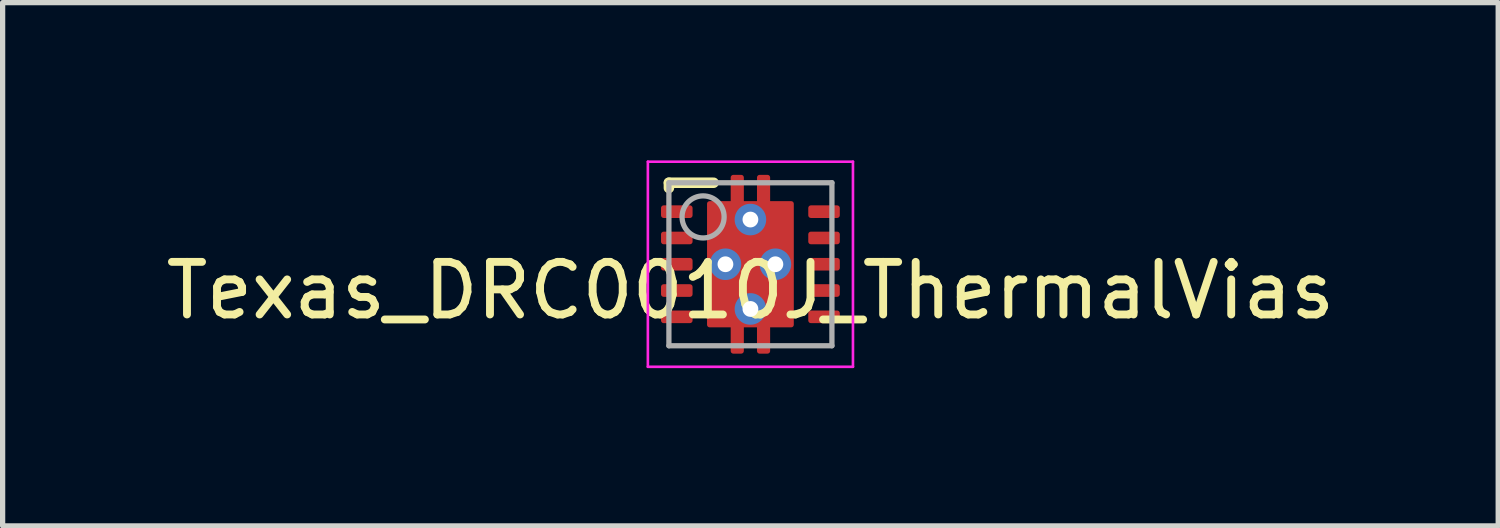
<source format=kicad_pcb>
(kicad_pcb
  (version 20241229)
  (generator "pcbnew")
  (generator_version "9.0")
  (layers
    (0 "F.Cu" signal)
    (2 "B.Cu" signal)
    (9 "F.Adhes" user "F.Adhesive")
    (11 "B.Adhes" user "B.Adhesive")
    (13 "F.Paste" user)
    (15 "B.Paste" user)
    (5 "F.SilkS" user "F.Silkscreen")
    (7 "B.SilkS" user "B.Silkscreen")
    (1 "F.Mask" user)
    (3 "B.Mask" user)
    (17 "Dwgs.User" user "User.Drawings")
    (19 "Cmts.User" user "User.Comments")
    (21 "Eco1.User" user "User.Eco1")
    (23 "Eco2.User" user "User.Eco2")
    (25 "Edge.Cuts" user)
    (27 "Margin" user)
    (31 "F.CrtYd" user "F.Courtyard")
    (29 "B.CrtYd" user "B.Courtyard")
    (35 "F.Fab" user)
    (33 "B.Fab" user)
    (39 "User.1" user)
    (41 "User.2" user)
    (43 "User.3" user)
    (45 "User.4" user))
  (footprint "Texas_DRC0010J_ThermalVias"
    (layer "F.Cu")
    (at 11.22 1.975)
    (property "Reference" "Texas_DRC0010J_ThermalVias" (at 0 0.5 0) (layer "F.SilkS") (effects (font (size 1 1) (thickness 0.15))))
    (attr smd)
    (fp_line (start -1.55 -1.55) (end -1.55 -1.45) (stroke (width 0.2) (type solid)) (layer "F.SilkS"))
    (fp_line (start -0.7 -1.55) (end -1.55 -1.55) (stroke (width 0.2) (type solid)) (layer "F.SilkS"))
    (fp_line (start -1.95 -1.95) (end -1.95 1.95) (stroke (width 0.05) (type solid)) (layer "F.CrtYd"))
    (fp_line (start -1.95 1.95) (end 1.95 1.95) (stroke (width 0.05) (type solid)) (layer "F.CrtYd"))
    (fp_line (start 1.95 -1.95) (end -1.95 -1.95) (stroke (width 0.05) (type solid)) (layer "F.CrtYd"))
    (fp_line (start 1.95 1.95) (end 1.95 -1.95) (stroke (width 0.05) (type solid)) (layer "F.CrtYd"))
    (fp_line (start -1.55 -1.55) (end 1.55 -1.55) (stroke (width 0.1) (type solid)) (layer "F.Fab"))
    (fp_line (start -1.55 1.55) (end -1.55 -1.55) (stroke (width 0.1) (type solid)) (layer "F.Fab"))
    (fp_line (start 1.55 -1.55) (end 1.55 1.55) (stroke (width 0.1) (type solid)) (layer "F.Fab"))
    (fp_line (start 1.55 1.55) (end -1.55 1.55) (stroke (width 0.1) (type solid)) (layer "F.Fab"))
    (fp_circle (center -0.9 -0.9) (end -0.5 -0.9) (stroke (width 0.1) (type solid)) (fill no) (layer "F.Fab"))
    (pad "" smd roundrect (at -0.25 -1.53) (size 0.25 0.34) (layers "F.Paste") (roundrect_rratio 0.2))
    (pad "" smd roundrect (at -0.25 1.53) (size 0.25 0.34) (layers "F.Paste") (roundrect_rratio 0.2))
    (pad "" smd roundrect (at 0 -0.63) (size 1.5 1.06) (layers "F.Paste") (roundrect_rratio 0.2))
    (pad "" smd roundrect (at 0 0.63) (size 1.5 1.06) (layers "F.Paste") (roundrect_rratio 0.2))
    (pad "" smd roundrect (at 0.25 -1.53) (size 0.25 0.34) (layers "F.Paste") (roundrect_rratio 0.2))
    (pad "" smd roundrect (at 0.25 1.53) (size 0.25 0.34) (layers "F.Paste") (roundrect_rratio 0.2))
    (pad "1" smd roundrect (at -1.4 -1) (size 0.6 0.24) (layers "F.Cu" "F.Mask" "F.Paste") (roundrect_rratio 0.21))
    (pad "2" smd roundrect (at -1.4 -0.5) (size 0.6 0.24) (layers "F.Cu" "F.Mask" "F.Paste") (roundrect_rratio 0.21))
    (pad "3" smd roundrect (at -1.4 0) (size 0.6 0.24) (layers "F.Cu" "F.Mask" "F.Paste") (roundrect_rratio 0.21))
    (pad "4" smd roundrect (at -1.4 0.5) (size 0.6 0.24) (layers "F.Cu" "F.Mask" "F.Paste") (roundrect_rratio 0.21))
    (pad "5" smd roundrect (at -1.4 1) (size 0.6 0.24) (layers "F.Cu" "F.Mask" "F.Paste") (roundrect_rratio 0.21))
    (pad "6" smd roundrect (at 1.4 1) (size 0.6 0.24) (layers "F.Cu" "F.Mask" "F.Paste") (roundrect_rratio 0.21))
    (pad "7" smd roundrect (at 1.4 0.5) (size 0.6 0.24) (layers "F.Cu" "F.Mask" "F.Paste") (roundrect_rratio 0.21))
    (pad "8" smd roundrect (at 1.4 0) (size 0.6 0.24) (layers "F.Cu" "F.Mask" "F.Paste") (roundrect_rratio 0.21))
    (pad "9" smd roundrect (at 1.4 -0.5) (size 0.6 0.24) (layers "F.Cu" "F.Mask" "F.Paste") (roundrect_rratio 0.21))
    (pad "10" smd roundrect (at 1.4 -1) (size 0.6 0.24) (layers "F.Cu" "F.Mask" "F.Paste") (roundrect_rratio 0.21))
    (pad "11" thru_hole circle (at -0.475 0) (size 0.6 0.6) (drill 0.3) (layers "*.Cu" "F.Mask"))
    (pad "11" smd roundrect (at -0.25 -1.2) (size 0.25 1) (layers "F.Cu" "F.Mask") (roundrect_rratio 0.2))
    (pad "11" smd roundrect (at -0.25 1.2) (size 0.25 1) (layers "F.Cu" "F.Mask") (roundrect_rratio 0.2))
    (pad "11" thru_hole circle (at 0 -0.85) (size 0.6 0.6) (drill 0.3) (layers "*.Cu" "F.Mask"))
    (pad "11" smd roundrect (at 0 0) (size 1.65 2.4) (layers "F.Cu" "F.Mask") (roundrect_rratio 0.03))
    (pad "11" thru_hole circle (at 0 0.85) (size 0.6 0.6) (drill 0.3) (layers "*.Cu" "F.Mask"))
    (pad "11" smd roundrect (at 0.25 -1.2) (size 0.25 1) (layers "F.Cu" "F.Mask") (roundrect_rratio 0.2))
    (pad "11" smd roundrect (at 0.25 1.2) (size 0.25 1) (layers "F.Cu" "F.Mask") (roundrect_rratio 0.2))
    (pad "11" thru_hole circle (at 0.475 0) (size 0.6 0.6) (drill 0.3) (layers "*.Cu" "F.Mask")))
  (gr_rect
    (start -3 -3)
    (end 25.44 6.95)
    (stroke (width 0.1) (type default))
    (fill no)
    (layer "Edge.Cuts")))
</source>
